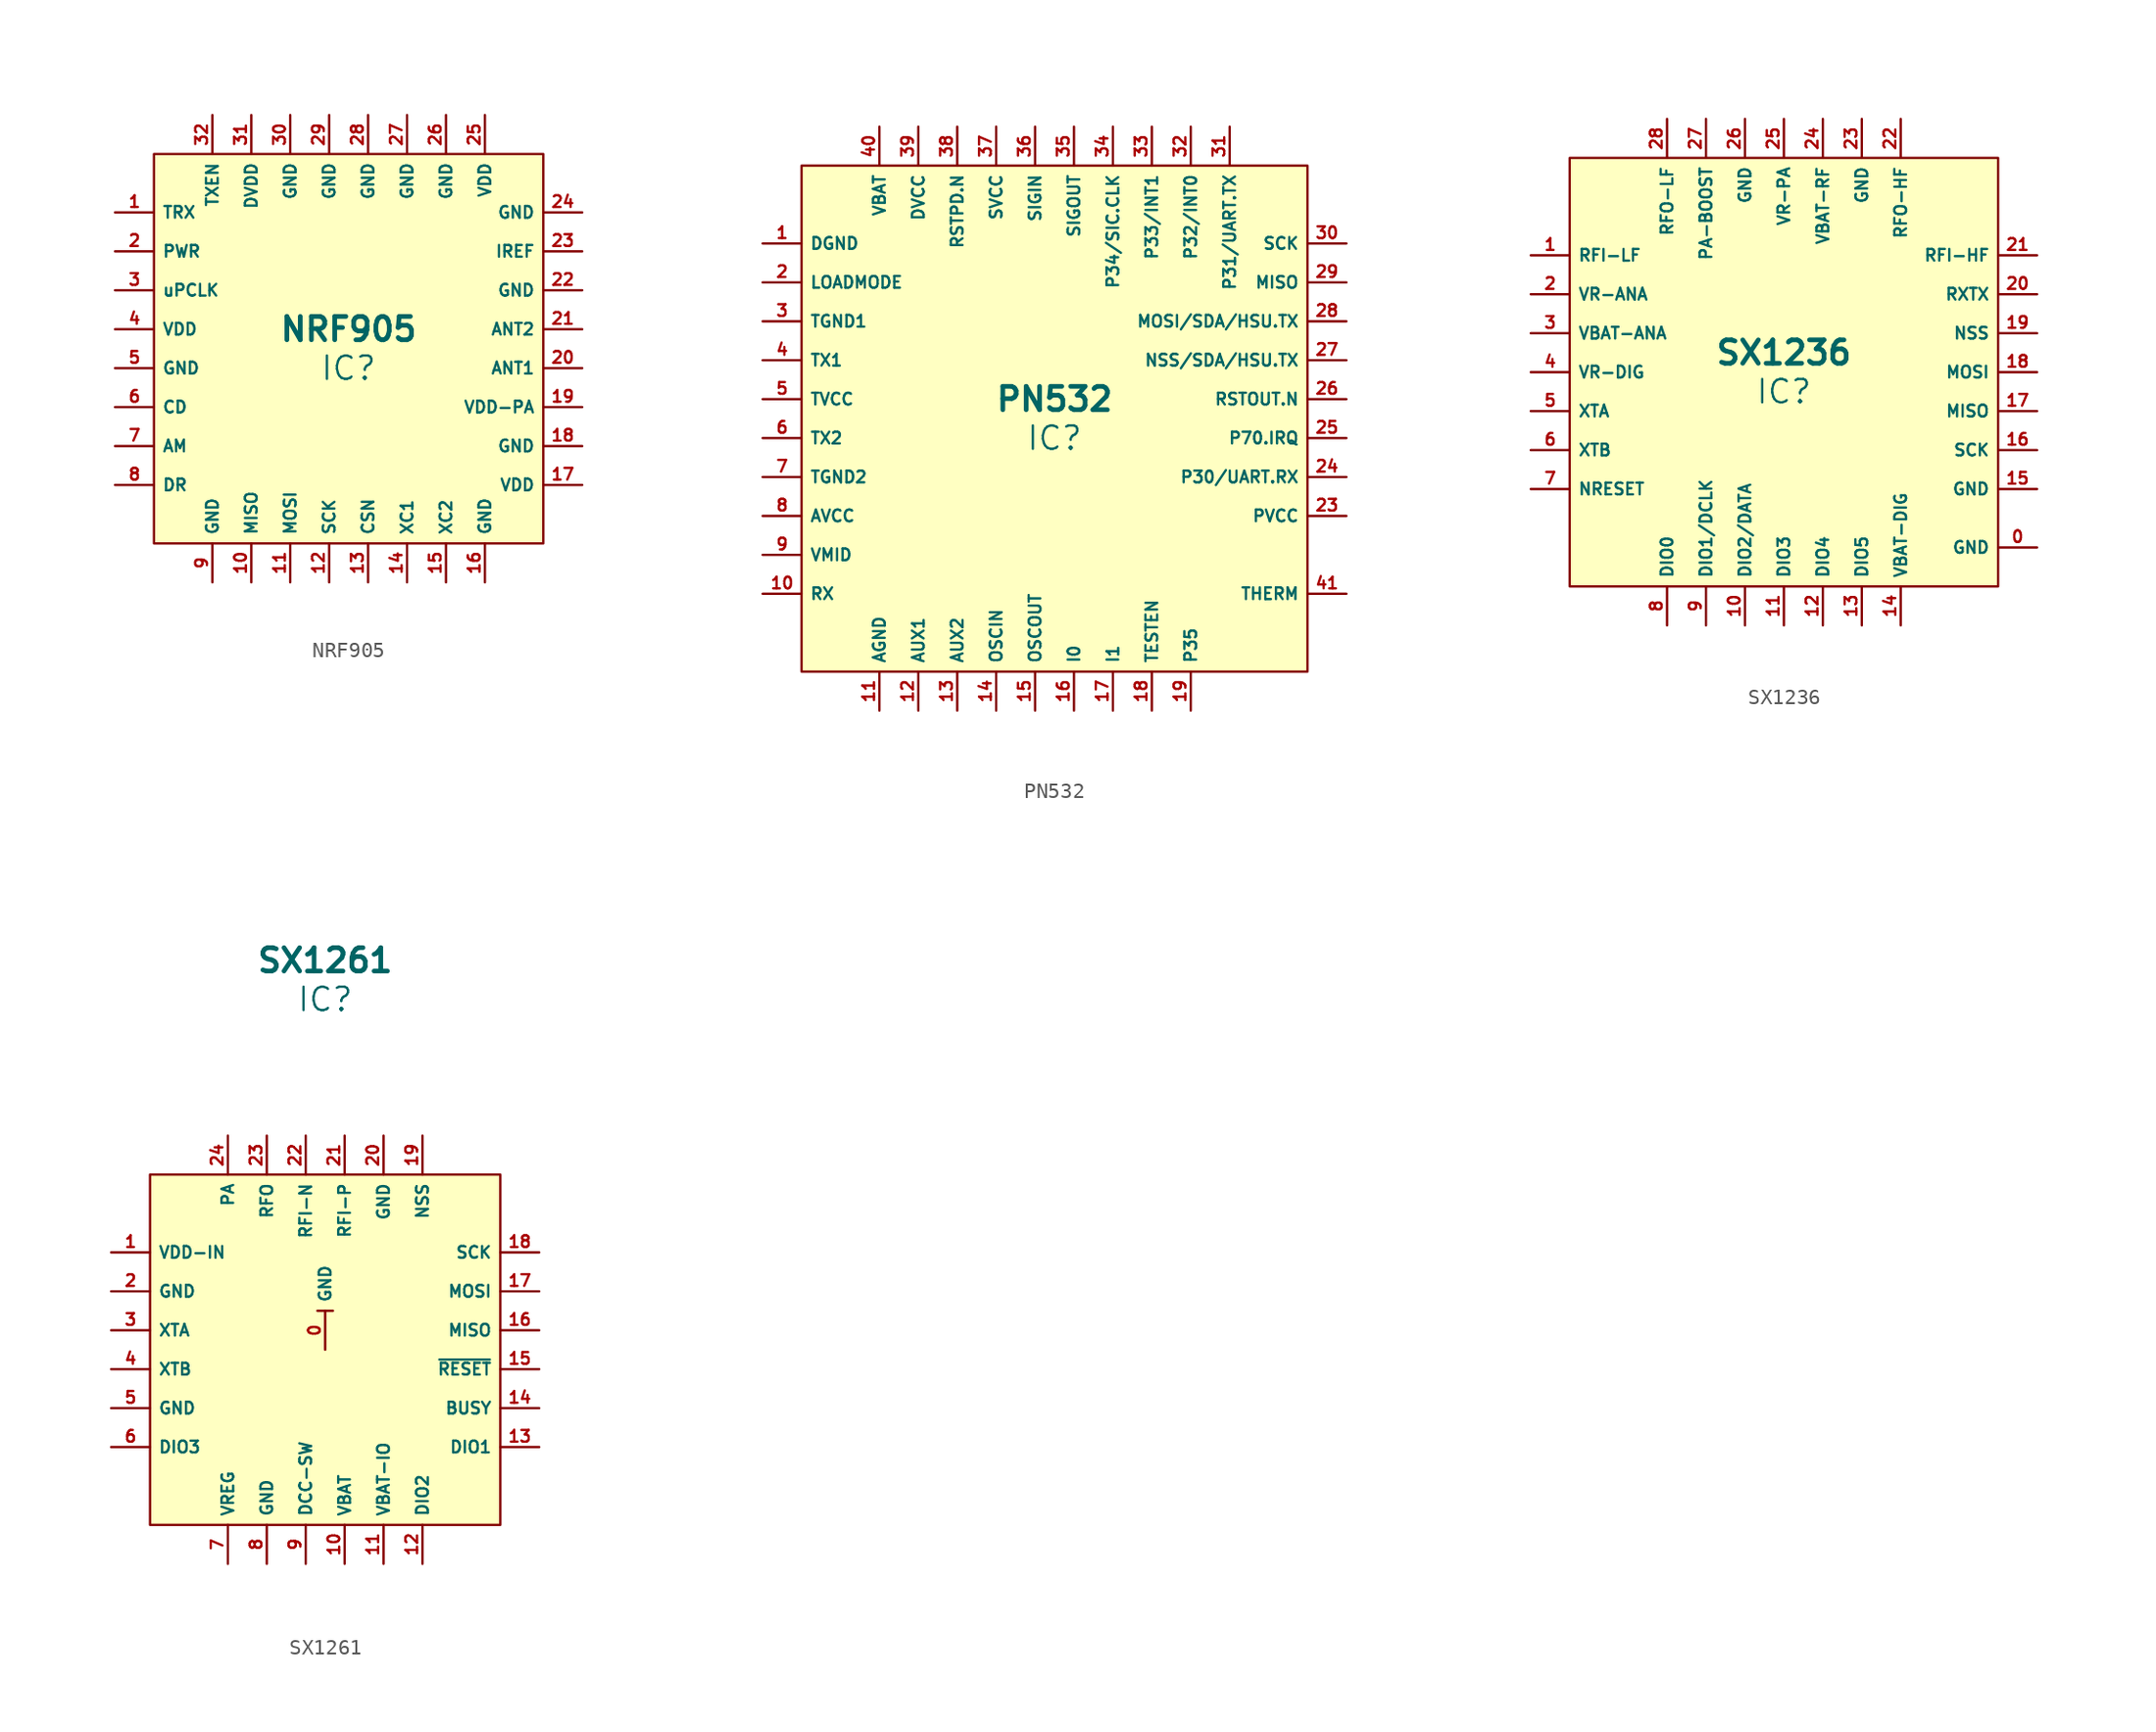
<source format=kicad_sym>
(kicad_symbol_lib
  (version 20220914)
  (generator kicad_symbol_editor)
  (symbol "NRF905"
    (property "Reference" "IC"
      (at 0 -1.27 0)
      (effects (font (size 1.524 1.524))))
    (property "Value" "NRF905"
      (at 0 1.27 0)
      (effects (font (size 1.524 1.524) bold)))
    (symbol "NRF905_0_1"
      (rectangle (start -12.7 12.7) (end 12.7 -12.7) (stroke (width 0) (type solid)) (fill (type background))))
    (symbol "NRF905_1_1"
      (pin input line (at -15.24 8.89 0) (length 2.54) (name "TRX" (effects (font (size 0.762 0.762)))) (number "1" (effects (font (size 0.762 0.762)))))
      (pin output line (at -6.35 -15.24 90) (length 2.54) (name "MISO" (effects (font (size 0.762 0.762)))) (number "10" (effects (font (size 0.762 0.762)))))
      (pin input line (at -3.81 -15.24 90) (length 2.54) (name "MOSI" (effects (font (size 0.762 0.762)))) (number "11" (effects (font (size 0.762 0.762)))))
      (pin input line (at -1.27 -15.24 90) (length 2.54) (name "SCK" (effects (font (size 0.762 0.762)))) (number "12" (effects (font (size 0.762 0.762)))))
      (pin input line (at 1.27 -15.24 90) (length 2.54) (name "CSN" (effects (font (size 0.762 0.762)))) (number "13" (effects (font (size 0.762 0.762)))))
      (pin passive line (at 3.81 -15.24 90) (length 2.54) (name "XC1" (effects (font (size 0.762 0.762)))) (number "14" (effects (font (size 0.762 0.762)))))
      (pin passive line (at 6.35 -15.24 90) (length 2.54) (name "XC2" (effects (font (size 0.762 0.762)))) (number "15" (effects (font (size 0.762 0.762)))))
      (pin power_in line (at 8.89 -15.24 90) (length 2.54) (name "GND" (effects (font (size 0.762 0.762)))) (number "16" (effects (font (size 0.762 0.762)))))
      (pin power_in line (at 15.24 -8.89 180) (length 2.54) (name "VDD" (effects (font (size 0.762 0.762)))) (number "17" (effects (font (size 0.762 0.762)))))
      (pin power_in line (at 15.24 -6.35 180) (length 2.54) (name "GND" (effects (font (size 0.762 0.762)))) (number "18" (effects (font (size 0.762 0.762)))))
      (pin passive line (at 15.24 -3.81 180) (length 2.54) (name "VDD-PA" (effects (font (size 0.762 0.762)))) (number "19" (effects (font (size 0.762 0.762)))))
      (pin input line (at -15.24 6.35 0) (length 2.54) (name "PWR" (effects (font (size 0.762 0.762)))) (number "2" (effects (font (size 0.762 0.762)))))
      (pin passive line (at 15.24 -1.27 180) (length 2.54) (name "ANT1" (effects (font (size 0.762 0.762)))) (number "20" (effects (font (size 0.762 0.762)))))
      (pin passive line (at 15.24 1.27 180) (length 2.54) (name "ANT2" (effects (font (size 0.762 0.762)))) (number "21" (effects (font (size 0.762 0.762)))))
      (pin power_in line (at 15.24 3.81 180) (length 2.54) (name "GND" (effects (font (size 0.762 0.762)))) (number "22" (effects (font (size 0.762 0.762)))))
      (pin passive line (at 15.24 6.35 180) (length 2.54) (name "IREF" (effects (font (size 0.762 0.762)))) (number "23" (effects (font (size 0.762 0.762)))))
      (pin power_in line (at 15.24 8.89 180) (length 2.54) (name "GND" (effects (font (size 0.762 0.762)))) (number "24" (effects (font (size 0.762 0.762)))))
      (pin power_in line (at 8.89 15.24 270) (length 2.54) (name "VDD" (effects (font (size 0.762 0.762)))) (number "25" (effects (font (size 0.762 0.762)))))
      (pin power_in line (at 6.35 15.24 270) (length 2.54) (name "GND" (effects (font (size 0.762 0.762)))) (number "26" (effects (font (size 0.762 0.762)))))
      (pin power_in line (at 3.81 15.24 270) (length 2.54) (name "GND" (effects (font (size 0.762 0.762)))) (number "27" (effects (font (size 0.762 0.762)))))
      (pin power_in line (at 1.27 15.24 270) (length 2.54) (name "GND" (effects (font (size 0.762 0.762)))) (number "28" (effects (font (size 0.762 0.762)))))
      (pin power_in line (at -1.27 15.24 270) (length 2.54) (name "GND" (effects (font (size 0.762 0.762)))) (number "29" (effects (font (size 0.762 0.762)))))
      (pin output line (at -15.24 3.81 0) (length 2.54) (name "uPCLK" (effects (font (size 0.762 0.762)))) (number "3" (effects (font (size 0.762 0.762)))))
      (pin power_in line (at -3.81 15.24 270) (length 2.54) (name "GND" (effects (font (size 0.762 0.762)))) (number "30" (effects (font (size 0.762 0.762)))))
      (pin passive line (at -6.35 15.24 270) (length 2.54) (name "DVDD" (effects (font (size 0.762 0.762)))) (number "31" (effects (font (size 0.762 0.762)))))
      (pin input line (at -8.89 15.24 270) (length 2.54) (name "TXEN" (effects (font (size 0.762 0.762)))) (number "32" (effects (font (size 0.762 0.762)))))
      (pin power_in line (at -15.24 1.27 0) (length 2.54) (name "VDD" (effects (font (size 0.762 0.762)))) (number "4" (effects (font (size 0.762 0.762)))))
      (pin power_in line (at -15.24 -1.27 0) (length 2.54) (name "GND" (effects (font (size 0.762 0.762)))) (number "5" (effects (font (size 0.762 0.762)))))
      (pin output line (at -15.24 -3.81 0) (length 2.54) (name "CD" (effects (font (size 0.762 0.762)))) (number "6" (effects (font (size 0.762 0.762)))))
      (pin output line (at -15.24 -6.35 0) (length 2.54) (name "AM" (effects (font (size 0.762 0.762)))) (number "7" (effects (font (size 0.762 0.762)))))
      (pin output line (at -15.24 -8.89 0) (length 2.54) (name "DR" (effects (font (size 0.762 0.762)))) (number "8" (effects (font (size 0.762 0.762)))))
      (pin power_in line (at -8.89 -15.24 90) (length 2.54) (name "GND" (effects (font (size 0.762 0.762)))) (number "9" (effects (font (size 0.762 0.762)))))))
  (symbol "PN532"
    (property "Reference" "IC"
      (at 0 -1.27 0)
      (effects (font (size 1.524 1.524))))
    (property "Value" "PN532"
      (at 0 1.27 0)
      (effects (font (size 1.524 1.524) bold)))
    (symbol "PN532_0_1"
      (rectangle (start -16.51 16.51) (end 16.51 -16.51) (stroke (width 0) (type solid)) (fill (type background))))
    (symbol "PN532_1_1"
      (pin passive line (at -19.05 11.43 0) (length 2.54) (name "DGND" (effects (font (size 0.762 0.762)))) (number "1" (effects (font (size 0.762 0.762)))))
      (pin passive line (at -19.05 -11.43 0) (length 2.54) (name "RX" (effects (font (size 0.762 0.762)))) (number "10" (effects (font (size 0.762 0.762)))))
      (pin power_in line (at -11.43 -19.05 90) (length 2.54) (name "AGND" (effects (font (size 0.762 0.762)))) (number "11" (effects (font (size 0.762 0.762)))))
      (pin passive line (at -8.89 -19.05 90) (length 2.54) (name "AUX1" (effects (font (size 0.762 0.762)))) (number "12" (effects (font (size 0.762 0.762)))))
      (pin passive line (at -6.35 -19.05 90) (length 2.54) (name "AUX2" (effects (font (size 0.762 0.762)))) (number "13" (effects (font (size 0.762 0.762)))))
      (pin passive line (at -3.81 -19.05 90) (length 2.54) (name "OSCIN" (effects (font (size 0.762 0.762)))) (number "14" (effects (font (size 0.762 0.762)))))
      (pin passive line (at -1.27 -19.05 90) (length 2.54) (name "OSCOUT" (effects (font (size 0.762 0.762)))) (number "15" (effects (font (size 0.762 0.762)))))
      (pin passive line (at 1.27 -19.05 90) (length 2.54) (name "I0" (effects (font (size 0.762 0.762)))) (number "16" (effects (font (size 0.762 0.762)))))
      (pin passive line (at 3.81 -19.05 90) (length 2.54) (name "I1" (effects (font (size 0.762 0.762)))) (number "17" (effects (font (size 0.762 0.762)))))
      (pin passive line (at 6.35 -19.05 90) (length 2.54) (name "TESTEN" (effects (font (size 0.762 0.762)))) (number "18" (effects (font (size 0.762 0.762)))))
      (pin passive line (at 8.89 -19.05 90) (length 2.54) (name "P35" (effects (font (size 0.762 0.762)))) (number "19" (effects (font (size 0.762 0.762)))))
      (pin passive line (at -19.05 8.89 0) (length 2.54) (name "LOADMODE" (effects (font (size 0.762 0.762)))) (number "2" (effects (font (size 0.762 0.762)))))
      (pin power_in line (at 19.05 -6.35 180) (length 2.54) (name "PVCC" (effects (font (size 0.762 0.762)))) (number "23" (effects (font (size 0.762 0.762)))))
      (pin passive line (at 19.05 -3.81 180) (length 2.54) (name "P30/UART.RX" (effects (font (size 0.762 0.762)))) (number "24" (effects (font (size 0.762 0.762)))))
      (pin output line (at 19.05 -1.27 180) (length 2.54) (name "P70.IRQ" (effects (font (size 0.762 0.762)))) (number "25" (effects (font (size 0.762 0.762)))))
      (pin input line (at 19.05 1.27 180) (length 2.54) (name "RSTOUT.N" (effects (font (size 0.762 0.762)))) (number "26" (effects (font (size 0.762 0.762)))))
      (pin bidirectional line (at 19.05 3.81 180) (length 2.54) (name "NSS/SDA/HSU.TX" (effects (font (size 0.762 0.762)))) (number "27" (effects (font (size 0.762 0.762)))))
      (pin bidirectional line (at 19.05 6.35 180) (length 2.54) (name "MOSI/SDA/HSU.TX" (effects (font (size 0.762 0.762)))) (number "28" (effects (font (size 0.762 0.762)))))
      (pin bidirectional line (at 19.05 8.89 180) (length 2.54) (name "MISO" (effects (font (size 0.762 0.762)))) (number "29" (effects (font (size 0.762 0.762)))))
      (pin power_in line (at -19.05 6.35 0) (length 2.54) (name "TGND1" (effects (font (size 0.762 0.762)))) (number "3" (effects (font (size 0.762 0.762)))))
      (pin bidirectional line (at 19.05 11.43 180) (length 2.54) (name "SCK" (effects (font (size 0.762 0.762)))) (number "30" (effects (font (size 0.762 0.762)))))
      (pin passive line (at 11.43 19.05 270) (length 2.54) (name "P31/UART.TX" (effects (font (size 0.762 0.762)))) (number "31" (effects (font (size 0.762 0.762)))))
      (pin passive line (at 8.89 19.05 270) (length 2.54) (name "P32/INT0" (effects (font (size 0.762 0.762)))) (number "32" (effects (font (size 0.762 0.762)))))
      (pin passive line (at 6.35 19.05 270) (length 2.54) (name "P33/INT1" (effects (font (size 0.762 0.762)))) (number "33" (effects (font (size 0.762 0.762)))))
      (pin passive line (at 3.81 19.05 270) (length 2.54) (name "P34/SIC.CLK" (effects (font (size 0.762 0.762)))) (number "34" (effects (font (size 0.762 0.762)))))
      (pin passive line (at 1.27 19.05 270) (length 2.54) (name "SIGOUT" (effects (font (size 0.762 0.762)))) (number "35" (effects (font (size 0.762 0.762)))))
      (pin passive line (at -1.27 19.05 270) (length 2.54) (name "SIGIN" (effects (font (size 0.762 0.762)))) (number "36" (effects (font (size 0.762 0.762)))))
      (pin passive line (at -3.81 19.05 270) (length 2.54) (name "SVCC" (effects (font (size 0.762 0.762)))) (number "37" (effects (font (size 0.762 0.762)))))
      (pin input line (at -6.35 19.05 270) (length 2.54) (name "RSTPD.N" (effects (font (size 0.762 0.762)))) (number "38" (effects (font (size 0.762 0.762)))))
      (pin power_in line (at -8.89 19.05 270) (length 2.54) (name "DVCC" (effects (font (size 0.762 0.762)))) (number "39" (effects (font (size 0.762 0.762)))))
      (pin passive line (at -19.05 3.81 0) (length 2.54) (name "TX1" (effects (font (size 0.762 0.762)))) (number "4" (effects (font (size 0.762 0.762)))))
      (pin power_in line (at -11.43 19.05 270) (length 2.54) (name "VBAT" (effects (font (size 0.762 0.762)))) (number "40" (effects (font (size 0.762 0.762)))))
      (pin passive line (at 19.05 -11.43 180) (length 2.54) (name "THERM" (effects (font (size 0.762 0.762)))) (number "41" (effects (font (size 0.762 0.762)))))
      (pin power_in line (at -19.05 1.27 0) (length 2.54) (name "TVCC" (effects (font (size 0.762 0.762)))) (number "5" (effects (font (size 0.762 0.762)))))
      (pin passive line (at -19.05 -1.27 0) (length 2.54) (name "TX2" (effects (font (size 0.762 0.762)))) (number "6" (effects (font (size 0.762 0.762)))))
      (pin power_in line (at -19.05 -3.81 0) (length 2.54) (name "TGND2" (effects (font (size 0.762 0.762)))) (number "7" (effects (font (size 0.762 0.762)))))
      (pin power_in line (at -19.05 -6.35 0) (length 2.54) (name "AVCC" (effects (font (size 0.762 0.762)))) (number "8" (effects (font (size 0.762 0.762)))))
      (pin passive line (at -19.05 -8.89 0) (length 2.54) (name "VMID" (effects (font (size 0.762 0.762)))) (number "9" (effects (font (size 0.762 0.762)))))))
  (symbol "SX1236"
    (property "Reference" "IC"
      (at 0 -1.27 0)
      (effects (font (size 1.524 1.524))))
    (property "Value" "SX1236"
      (at 0 1.27 0)
      (effects (font (size 1.524 1.524) bold)))
    (symbol "SX1236_0_1"
      (rectangle (start -13.97 13.97) (end 13.97 -13.97) (stroke (width 0) (type solid)) (fill (type background))))
    (symbol "SX1236_1_1"
      (pin power_in line (at 16.51 -11.43 180) (length 2.54) (name "GND" (effects (font (size 0.762 0.762)))) (number "0" (effects (font (size 0.762 0.762)))))
      (pin input line (at -16.51 7.62 0) (length 2.54) (name "RFI-LF" (effects (font (size 0.762 0.762)))) (number "1" (effects (font (size 0.762 0.762)))))
      (pin bidirectional line (at -2.54 -16.51 90) (length 2.54) (name "DIO2/DATA" (effects (font (size 0.762 0.762)))) (number "10" (effects (font (size 0.762 0.762)))))
      (pin bidirectional line (at 0 -16.51 90) (length 2.54) (name "DIO3" (effects (font (size 0.762 0.762)))) (number "11" (effects (font (size 0.762 0.762)))))
      (pin bidirectional line (at 2.54 -16.51 90) (length 2.54) (name "DIO4" (effects (font (size 0.762 0.762)))) (number "12" (effects (font (size 0.762 0.762)))))
      (pin bidirectional line (at 5.08 -16.51 90) (length 2.54) (name "DIO5" (effects (font (size 0.762 0.762)))) (number "13" (effects (font (size 0.762 0.762)))))
      (pin power_in line (at 7.62 -16.51 90) (length 2.54) (name "VBAT-DIG" (effects (font (size 0.762 0.762)))) (number "14" (effects (font (size 0.762 0.762)))))
      (pin power_in line (at 16.51 -7.62 180) (length 2.54) (name "GND" (effects (font (size 0.762 0.762)))) (number "15" (effects (font (size 0.762 0.762)))))
      (pin input line (at 16.51 -5.08 180) (length 2.54) (name "SCK" (effects (font (size 0.762 0.762)))) (number "16" (effects (font (size 0.762 0.762)))))
      (pin output line (at 16.51 -2.54 180) (length 2.54) (name "MISO" (effects (font (size 0.762 0.762)))) (number "17" (effects (font (size 0.762 0.762)))))
      (pin input line (at 16.51 0 180) (length 2.54) (name "MOSI" (effects (font (size 0.762 0.762)))) (number "18" (effects (font (size 0.762 0.762)))))
      (pin input line (at 16.51 2.54 180) (length 2.54) (name "NSS" (effects (font (size 0.762 0.762)))) (number "19" (effects (font (size 0.762 0.762)))))
      (pin power_in line (at -16.51 5.08 0) (length 2.54) (name "VR-ANA" (effects (font (size 0.762 0.762)))) (number "2" (effects (font (size 0.762 0.762)))))
      (pin output line (at 16.51 5.08 180) (length 2.54) (name "RXTX" (effects (font (size 0.762 0.762)))) (number "20" (effects (font (size 0.762 0.762)))))
      (pin input line (at 16.51 7.62 180) (length 2.54) (name "RFI-HF" (effects (font (size 0.762 0.762)))) (number "21" (effects (font (size 0.762 0.762)))))
      (pin output line (at 7.62 16.51 270) (length 2.54) (name "RFO-HF" (effects (font (size 0.762 0.762)))) (number "22" (effects (font (size 0.762 0.762)))))
      (pin power_out line (at 5.08 16.51 270) (length 2.54) (name "GND" (effects (font (size 0.762 0.762)))) (number "23" (effects (font (size 0.762 0.762)))))
      (pin power_in line (at 2.54 16.51 270) (length 2.54) (name "VBAT-RF" (effects (font (size 0.762 0.762)))) (number "24" (effects (font (size 0.762 0.762)))))
      (pin power_in line (at 0 16.51 270) (length 2.54) (name "VR-PA" (effects (font (size 0.762 0.762)))) (number "25" (effects (font (size 0.762 0.762)))))
      (pin power_in line (at -2.54 16.51 270) (length 2.54) (name "GND" (effects (font (size 0.762 0.762)))) (number "26" (effects (font (size 0.762 0.762)))))
      (pin output line (at -5.08 16.51 270) (length 2.54) (name "PA-BOOST" (effects (font (size 0.762 0.762)))) (number "27" (effects (font (size 0.762 0.762)))))
      (pin output line (at -7.62 16.51 270) (length 2.54) (name "RFO-LF" (effects (font (size 0.762 0.762)))) (number "28" (effects (font (size 0.762 0.762)))))
      (pin power_in line (at -16.51 2.54 0) (length 2.54) (name "VBAT-ANA" (effects (font (size 0.762 0.762)))) (number "3" (effects (font (size 0.762 0.762)))))
      (pin power_in line (at -16.51 0 0) (length 2.54) (name "VR-DIG" (effects (font (size 0.762 0.762)))) (number "4" (effects (font (size 0.762 0.762)))))
      (pin bidirectional line (at -16.51 -2.54 0) (length 2.54) (name "XTA" (effects (font (size 0.762 0.762)))) (number "5" (effects (font (size 0.762 0.762)))))
      (pin bidirectional line (at -16.51 -5.08 0) (length 2.54) (name "XTB" (effects (font (size 0.762 0.762)))) (number "6" (effects (font (size 0.762 0.762)))))
      (pin bidirectional line (at -16.51 -7.62 0) (length 2.54) (name "NRESET" (effects (font (size 0.762 0.762)))) (number "7" (effects (font (size 0.762 0.762)))))
      (pin bidirectional line (at -7.62 -16.51 90) (length 2.54) (name "DIO0" (effects (font (size 0.762 0.762)))) (number "8" (effects (font (size 0.762 0.762)))))
      (pin bidirectional line (at -5.08 -16.51 90) (length 2.54) (name "DIO1/DCLK" (effects (font (size 0.762 0.762)))) (number "9" (effects (font (size 0.762 0.762)))))))
  (symbol "SX1261"
    (property "Reference" "IC"
      (at 0 22.86 0)
      (effects (font (size 1.524 1.524))))
    (property "Value" "SX1261"
      (at 0 25.4 0)
      (effects (font (size 1.524 1.524) bold)))
    (symbol "SX1261_0_1"
      (rectangle (start -11.43 11.43) (end 11.43 -11.43) (stroke (width 0) (type solid)) (fill (type background)))
      (polyline (pts (xy -0.508 2.54) (xy 0.508 2.54)) (stroke (width 0) (type solid)) (fill (type none))))
    (symbol "SX1261_1_1"
      (pin passive line (at 0 0 90) (length 2.54) (name "GND" (effects (font (size 0.762 0.762)))) (number "0" (effects (font (size 0.762 0.762)))))
      (pin power_in line (at -13.97 6.35 0) (length 2.54) (name "VDD-IN" (effects (font (size 0.762 0.762)))) (number "1" (effects (font (size 0.762 0.762)))))
      (pin power_in line (at 1.27 -13.97 90) (length 2.54) (name "VBAT" (effects (font (size 0.762 0.762)))) (number "10" (effects (font (size 0.762 0.762)))))
      (pin power_in line (at 3.81 -13.97 90) (length 2.54) (name "VBAT-IO" (effects (font (size 0.762 0.762)))) (number "11" (effects (font (size 0.762 0.762)))))
      (pin bidirectional line (at 6.35 -13.97 90) (length 2.54) (name "DIO2" (effects (font (size 0.762 0.762)))) (number "12" (effects (font (size 0.762 0.762)))))
      (pin bidirectional line (at 13.97 -6.35 180) (length 2.54) (name "DIO1" (effects (font (size 0.762 0.762)))) (number "13" (effects (font (size 0.762 0.762)))))
      (pin output line (at 13.97 -3.81 180) (length 2.54) (name "BUSY" (effects (font (size 0.762 0.762)))) (number "14" (effects (font (size 0.762 0.762)))))
      (pin input line (at 13.97 -1.27 180) (length 2.54) (name "~{RESET}" (effects (font (size 0.762 0.762)))) (number "15" (effects (font (size 0.762 0.762)))))
      (pin output line (at 13.97 1.27 180) (length 2.54) (name "MISO" (effects (font (size 0.762 0.762)))) (number "16" (effects (font (size 0.762 0.762)))))
      (pin input line (at 13.97 3.81 180) (length 2.54) (name "MOSI" (effects (font (size 0.762 0.762)))) (number "17" (effects (font (size 0.762 0.762)))))
      (pin input line (at 13.97 6.35 180) (length 2.54) (name "SCK" (effects (font (size 0.762 0.762)))) (number "18" (effects (font (size 0.762 0.762)))))
      (pin input line (at 6.35 13.97 270) (length 2.54) (name "NSS" (effects (font (size 0.762 0.762)))) (number "19" (effects (font (size 0.762 0.762)))))
      (pin power_in line (at -13.97 3.81 0) (length 2.54) (name "GND" (effects (font (size 0.762 0.762)))) (number "2" (effects (font (size 0.762 0.762)))))
      (pin power_in line (at 3.81 13.97 270) (length 2.54) (name "GND" (effects (font (size 0.762 0.762)))) (number "20" (effects (font (size 0.762 0.762)))))
      (pin input line (at 1.27 13.97 270) (length 2.54) (name "RFI-P" (effects (font (size 0.762 0.762)))) (number "21" (effects (font (size 0.762 0.762)))))
      (pin input line (at -1.27 13.97 270) (length 2.54) (name "RFI-N" (effects (font (size 0.762 0.762)))) (number "22" (effects (font (size 0.762 0.762)))))
      (pin output line (at -3.81 13.97 270) (length 2.54) (name "RFO" (effects (font (size 0.762 0.762)))) (number "23" (effects (font (size 0.762 0.762)))))
      (pin passive line (at -6.35 13.97 270) (length 2.54) (name "PA" (effects (font (size 0.762 0.762)))) (number "24" (effects (font (size 0.762 0.762)))))
      (pin passive line (at -13.97 1.27 0) (length 2.54) (name "XTA" (effects (font (size 0.762 0.762)))) (number "3" (effects (font (size 0.762 0.762)))))
      (pin passive line (at -13.97 -1.27 0) (length 2.54) (name "XTB" (effects (font (size 0.762 0.762)))) (number "4" (effects (font (size 0.762 0.762)))))
      (pin power_in line (at -13.97 -3.81 0) (length 2.54) (name "GND" (effects (font (size 0.762 0.762)))) (number "5" (effects (font (size 0.762 0.762)))))
      (pin bidirectional line (at -13.97 -6.35 0) (length 2.54) (name "DIO3" (effects (font (size 0.762 0.762)))) (number "6" (effects (font (size 0.762 0.762)))))
      (pin output line (at -6.35 -13.97 90) (length 2.54) (name "VREG" (effects (font (size 0.762 0.762)))) (number "7" (effects (font (size 0.762 0.762)))))
      (pin power_in line (at -3.81 -13.97 90) (length 2.54) (name "GND" (effects (font (size 0.762 0.762)))) (number "8" (effects (font (size 0.762 0.762)))))
      (pin output line (at -1.27 -13.97 90) (length 2.54) (name "DCC-SW" (effects (font (size 0.762 0.762)))) (number "9" (effects (font (size 0.762 0.762))))))))
</source>
